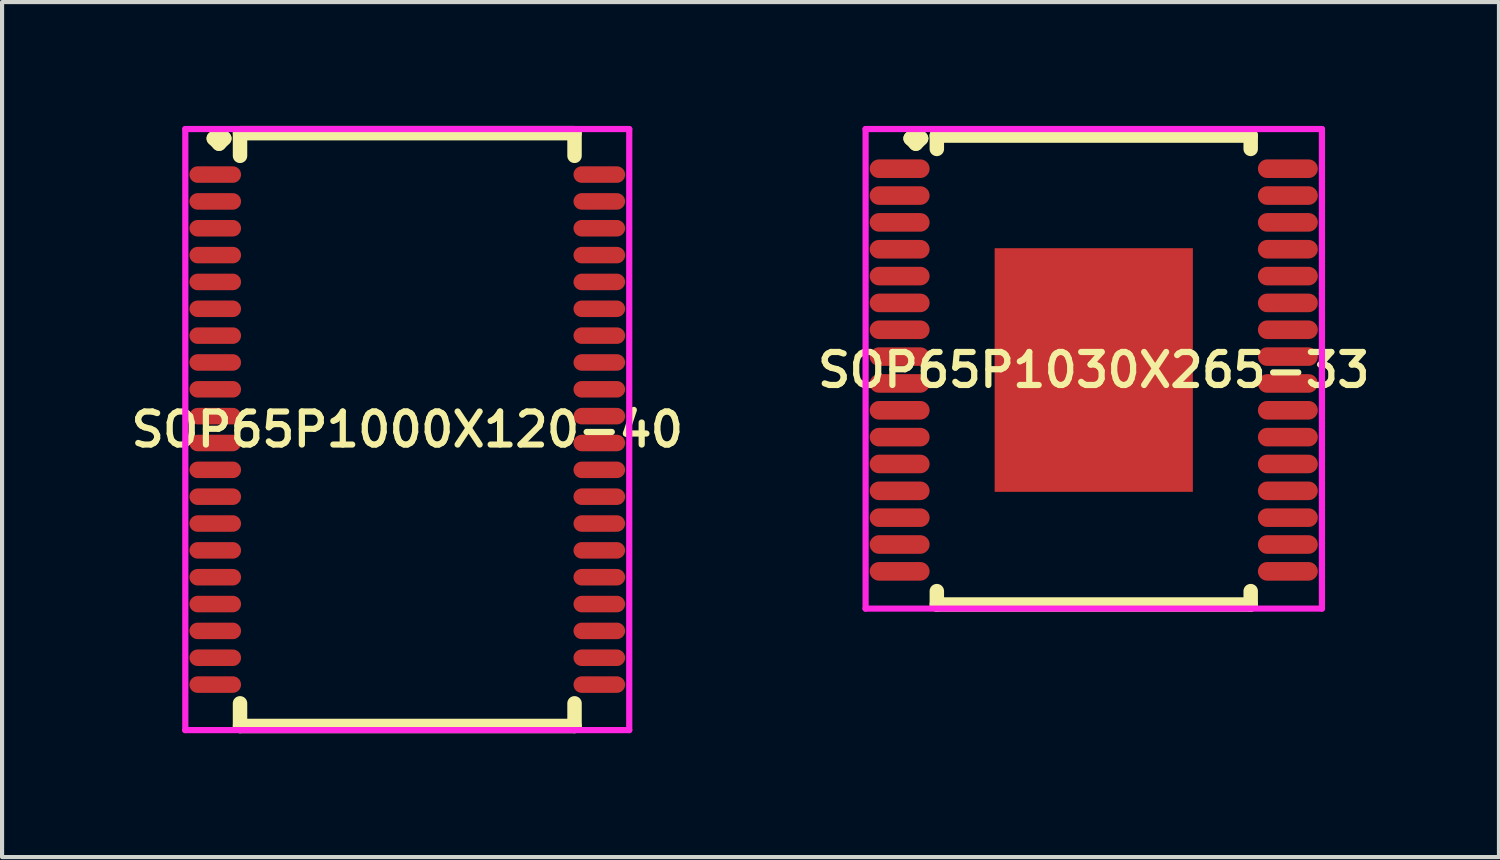
<source format=kicad_pcb>
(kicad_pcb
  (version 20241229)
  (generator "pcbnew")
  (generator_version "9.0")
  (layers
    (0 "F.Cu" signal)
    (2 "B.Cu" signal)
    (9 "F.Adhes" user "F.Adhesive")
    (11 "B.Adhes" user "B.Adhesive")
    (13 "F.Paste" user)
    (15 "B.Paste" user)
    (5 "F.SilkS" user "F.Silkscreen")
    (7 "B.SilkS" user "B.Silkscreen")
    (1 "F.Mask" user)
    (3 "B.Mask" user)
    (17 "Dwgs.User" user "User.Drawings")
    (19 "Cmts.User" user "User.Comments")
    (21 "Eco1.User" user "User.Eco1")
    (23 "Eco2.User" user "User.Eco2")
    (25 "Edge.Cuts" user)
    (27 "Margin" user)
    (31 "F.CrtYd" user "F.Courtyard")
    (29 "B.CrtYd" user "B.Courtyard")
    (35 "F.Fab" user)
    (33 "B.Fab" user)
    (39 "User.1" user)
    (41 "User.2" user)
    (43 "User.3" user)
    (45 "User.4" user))
  (footprint "SOP65P1000X120-40"
    (layer "F.Cu")
    (at 6.812 7.352)
    (property "Reference" "SOP65P1000X120-40" (at 0 0 0) (layer "F.SilkS") (effects (font (size 0.8 0.8) (thickness 0.15))))
    (attr through_hole)
    (fp_line (start -4.685 -7.05) (end -4.558 -7.177) (stroke (width 0.35) (type solid)) (layer "F.SilkS"))
    (fp_line (start -4.558 -7.177) (end -4.431 -7.05) (stroke (width 0.35) (type solid)) (layer "F.SilkS"))
    (fp_line (start -4.558 -6.923) (end -4.685 -7.05) (stroke (width 0.35) (type solid)) (layer "F.SilkS"))
    (fp_line (start -4.431 -7.05) (end -4.558 -6.923) (stroke (width 0.35) (type solid)) (layer "F.SilkS"))
    (fp_line (start -4.05 -7.177) (end 4.05 -7.177) (stroke (width 0.35) (type solid)) (layer "F.SilkS"))
    (fp_line (start -4.05 -6.629) (end -4.05 -7.177) (stroke (width 0.35) (type solid)) (layer "F.SilkS"))
    (fp_line (start -4.05 6.629) (end -4.05 7.177) (stroke (width 0.35) (type solid)) (layer "F.SilkS"))
    (fp_line (start -4.05 7.177) (end 4.05 7.177) (stroke (width 0.35) (type solid)) (layer "F.SilkS"))
    (fp_line (start 4.05 -7.177) (end 4.05 -6.629) (stroke (width 0.35) (type solid)) (layer "F.SilkS"))
    (fp_line (start 4.05 7.177) (end 4.05 6.629) (stroke (width 0.35) (type solid)) (layer "F.SilkS"))
    (fp_line (start -5.375 -7.277) (end 5.375 -7.277) (stroke (width 0.15) (type solid)) (layer "F.CrtYd"))
    (fp_line (start -5.375 7.277) (end -5.375 -7.277) (stroke (width 0.15) (type solid)) (layer "F.CrtYd"))
    (fp_line (start 5.375 -7.277) (end 5.375 7.277) (stroke (width 0.15) (type solid)) (layer "F.CrtYd"))
    (fp_line (start 5.375 7.277) (end -5.375 7.277) (stroke (width 0.15) (type solid)) (layer "F.CrtYd"))
    (pad "1" smd oval (at -4.65 -6.175) (size 1.25 0.4) (layers "F.Cu" "F.Mask" "F.Paste"))
    (pad "2" smd oval (at -4.65 -5.525) (size 1.25 0.4) (layers "F.Cu" "F.Mask" "F.Paste"))
    (pad "3" smd oval (at -4.65 -4.875) (size 1.25 0.4) (layers "F.Cu" "F.Mask" "F.Paste"))
    (pad "4" smd oval (at -4.65 -4.225) (size 1.25 0.4) (layers "F.Cu" "F.Mask" "F.Paste"))
    (pad "5" smd oval (at -4.65 -3.575) (size 1.25 0.4) (layers "F.Cu" "F.Mask" "F.Paste"))
    (pad "6" smd oval (at -4.65 -2.925) (size 1.25 0.4) (layers "F.Cu" "F.Mask" "F.Paste"))
    (pad "7" smd oval (at -4.65 -2.275) (size 1.25 0.4) (layers "F.Cu" "F.Mask" "F.Paste"))
    (pad "8" smd oval (at -4.65 -1.625) (size 1.25 0.4) (layers "F.Cu" "F.Mask" "F.Paste"))
    (pad "9" smd oval (at -4.65 -0.975) (size 1.25 0.4) (layers "F.Cu" "F.Mask" "F.Paste"))
    (pad "10" smd oval (at -4.65 -0.325) (size 1.25 0.4) (layers "F.Cu" "F.Mask" "F.Paste"))
    (pad "11" smd oval (at -4.65 0.325) (size 1.25 0.4) (layers "F.Cu" "F.Mask" "F.Paste"))
    (pad "12" smd oval (at -4.65 0.975) (size 1.25 0.4) (layers "F.Cu" "F.Mask" "F.Paste"))
    (pad "13" smd oval (at -4.65 1.625) (size 1.25 0.4) (layers "F.Cu" "F.Mask" "F.Paste"))
    (pad "14" smd oval (at -4.65 2.275) (size 1.25 0.4) (layers "F.Cu" "F.Mask" "F.Paste"))
    (pad "15" smd oval (at -4.65 2.925) (size 1.25 0.4) (layers "F.Cu" "F.Mask" "F.Paste"))
    (pad "16" smd oval (at -4.65 3.575) (size 1.25 0.4) (layers "F.Cu" "F.Mask" "F.Paste"))
    (pad "17" smd oval (at -4.65 4.225) (size 1.25 0.4) (layers "F.Cu" "F.Mask" "F.Paste"))
    (pad "18" smd oval (at -4.65 4.875) (size 1.25 0.4) (layers "F.Cu" "F.Mask" "F.Paste"))
    (pad "19" smd oval (at -4.65 5.525) (size 1.25 0.4) (layers "F.Cu" "F.Mask" "F.Paste"))
    (pad "20" smd oval (at -4.65 6.175) (size 1.25 0.4) (layers "F.Cu" "F.Mask" "F.Paste"))
    (pad "21" smd oval (at 4.65 6.175) (size 1.25 0.4) (layers "F.Cu" "F.Mask" "F.Paste"))
    (pad "22" smd oval (at 4.65 5.525) (size 1.25 0.4) (layers "F.Cu" "F.Mask" "F.Paste"))
    (pad "23" smd oval (at 4.65 4.875) (size 1.25 0.4) (layers "F.Cu" "F.Mask" "F.Paste"))
    (pad "24" smd oval (at 4.65 4.225) (size 1.25 0.4) (layers "F.Cu" "F.Mask" "F.Paste"))
    (pad "25" smd oval (at 4.65 3.575) (size 1.25 0.4) (layers "F.Cu" "F.Mask" "F.Paste"))
    (pad "26" smd oval (at 4.65 2.925) (size 1.25 0.4) (layers "F.Cu" "F.Mask" "F.Paste"))
    (pad "27" smd oval (at 4.65 2.275) (size 1.25 0.4) (layers "F.Cu" "F.Mask" "F.Paste"))
    (pad "28" smd oval (at 4.65 1.625) (size 1.25 0.4) (layers "F.Cu" "F.Mask" "F.Paste"))
    (pad "29" smd oval (at 4.65 0.975) (size 1.25 0.4) (layers "F.Cu" "F.Mask" "F.Paste"))
    (pad "30" smd oval (at 4.65 0.325) (size 1.25 0.4) (layers "F.Cu" "F.Mask" "F.Paste"))
    (pad "31" smd oval (at 4.65 -0.325) (size 1.25 0.4) (layers "F.Cu" "F.Mask" "F.Paste"))
    (pad "32" smd oval (at 4.65 -0.975) (size 1.25 0.4) (layers "F.Cu" "F.Mask" "F.Paste"))
    (pad "33" smd oval (at 4.65 -1.625) (size 1.25 0.4) (layers "F.Cu" "F.Mask" "F.Paste"))
    (pad "34" smd oval (at 4.65 -2.275) (size 1.25 0.4) (layers "F.Cu" "F.Mask" "F.Paste"))
    (pad "35" smd oval (at 4.65 -2.925) (size 1.25 0.4) (layers "F.Cu" "F.Mask" "F.Paste"))
    (pad "36" smd oval (at 4.65 -3.575) (size 1.25 0.4) (layers "F.Cu" "F.Mask" "F.Paste"))
    (pad "37" smd oval (at 4.65 -4.225) (size 1.25 0.4) (layers "F.Cu" "F.Mask" "F.Paste"))
    (pad "38" smd oval (at 4.65 -4.875) (size 1.25 0.4) (layers "F.Cu" "F.Mask" "F.Paste"))
    (pad "39" smd oval (at 4.65 -5.525) (size 1.25 0.4) (layers "F.Cu" "F.Mask" "F.Paste"))
    (pad "40" smd oval (at 4.65 -6.175) (size 1.25 0.4) (layers "F.Cu" "F.Mask" "F.Paste")))
  (footprint "SOP65P1030X265-33"
    (layer "F.Cu")
    (at 23.435 5.91)
    (property "Reference" "SOP65P1030X265-33" (at 0 0 0) (layer "F.SilkS") (effects (font (size 0.8 0.8) (thickness 0.15))))
    (attr smd)
    (fp_line (start -4.435 -5.608) (end -4.308 -5.735) (stroke (width 0.35) (type solid)) (layer "F.SilkS"))
    (fp_line (start -4.308 -5.735) (end -4.181 -5.608) (stroke (width 0.35) (type solid)) (layer "F.SilkS"))
    (fp_line (start -4.308 -5.481) (end -4.435 -5.608) (stroke (width 0.35) (type solid)) (layer "F.SilkS"))
    (fp_line (start -4.181 -5.608) (end -4.308 -5.481) (stroke (width 0.35) (type solid)) (layer "F.SilkS"))
    (fp_line (start -3.8 -5.677) (end 3.8 -5.677) (stroke (width 0.35) (type solid)) (layer "F.SilkS"))
    (fp_line (start -3.8 -5.354) (end -3.8 -5.677) (stroke (width 0.35) (type solid)) (layer "F.SilkS"))
    (fp_line (start -3.8 5.354) (end -3.8 5.677) (stroke (width 0.35) (type solid)) (layer "F.SilkS"))
    (fp_line (start -3.8 5.677) (end 3.8 5.677) (stroke (width 0.35) (type solid)) (layer "F.SilkS"))
    (fp_line (start 3.8 -5.677) (end 3.8 -5.354) (stroke (width 0.35) (type solid)) (layer "F.SilkS"))
    (fp_line (start 3.8 5.677) (end 3.8 5.354) (stroke (width 0.35) (type solid)) (layer "F.SilkS"))
    (fp_line (start -5.525 -5.835) (end 5.525 -5.835) (stroke (width 0.15) (type solid)) (layer "F.CrtYd"))
    (fp_line (start -5.525 5.777) (end -5.525 -5.835) (stroke (width 0.15) (type solid)) (layer "F.CrtYd"))
    (fp_line (start 5.525 -5.835) (end 5.525 5.777) (stroke (width 0.15) (type solid)) (layer "F.CrtYd"))
    (fp_line (start 5.525 5.777) (end -5.525 5.777) (stroke (width 0.15) (type solid)) (layer "F.CrtYd"))
    (pad "1" smd oval (at -4.7 -4.875) (size 1.45 0.45) (layers "F.Cu" "F.Mask" "F.Paste"))
    (pad "2" smd oval (at -4.7 -4.225) (size 1.45 0.45) (layers "F.Cu" "F.Mask" "F.Paste"))
    (pad "3" smd oval (at -4.7 -3.575) (size 1.45 0.45) (layers "F.Cu" "F.Mask" "F.Paste"))
    (pad "4" smd oval (at -4.7 -2.925) (size 1.45 0.45) (layers "F.Cu" "F.Mask" "F.Paste"))
    (pad "5" smd oval (at -4.7 -2.275) (size 1.45 0.45) (layers "F.Cu" "F.Mask" "F.Paste"))
    (pad "6" smd oval (at -4.7 -1.625) (size 1.45 0.45) (layers "F.Cu" "F.Mask" "F.Paste"))
    (pad "7" smd oval (at -4.7 -0.975) (size 1.45 0.45) (layers "F.Cu" "F.Mask" "F.Paste"))
    (pad "8" smd oval (at -4.7 -0.325) (size 1.45 0.45) (layers "F.Cu" "F.Mask" "F.Paste"))
    (pad "9" smd oval (at -4.7 0.325) (size 1.45 0.45) (layers "F.Cu" "F.Mask" "F.Paste"))
    (pad "10" smd oval (at -4.7 0.975) (size 1.45 0.45) (layers "F.Cu" "F.Mask" "F.Paste"))
    (pad "11" smd oval (at -4.7 1.625) (size 1.45 0.45) (layers "F.Cu" "F.Mask" "F.Paste"))
    (pad "12" smd oval (at -4.7 2.275) (size 1.45 0.45) (layers "F.Cu" "F.Mask" "F.Paste"))
    (pad "13" smd oval (at -4.7 2.925) (size 1.45 0.45) (layers "F.Cu" "F.Mask" "F.Paste"))
    (pad "14" smd oval (at -4.7 3.575) (size 1.45 0.45) (layers "F.Cu" "F.Mask" "F.Paste"))
    (pad "15" smd oval (at -4.7 4.225) (size 1.45 0.45) (layers "F.Cu" "F.Mask" "F.Paste"))
    (pad "16" smd oval (at -4.7 4.875) (size 1.45 0.45) (layers "F.Cu" "F.Mask" "F.Paste"))
    (pad "17" smd oval (at 4.7 4.875) (size 1.45 0.45) (layers "F.Cu" "F.Mask" "F.Paste"))
    (pad "18" smd oval (at 4.7 4.225) (size 1.45 0.45) (layers "F.Cu" "F.Mask" "F.Paste"))
    (pad "19" smd oval (at 4.7 3.575) (size 1.45 0.45) (layers "F.Cu" "F.Mask" "F.Paste"))
    (pad "20" smd oval (at 4.7 2.925) (size 1.45 0.45) (layers "F.Cu" "F.Mask" "F.Paste"))
    (pad "21" smd oval (at 4.7 2.275) (size 1.45 0.45) (layers "F.Cu" "F.Mask" "F.Paste"))
    (pad "22" smd oval (at 4.7 1.625) (size 1.45 0.45) (layers "F.Cu" "F.Mask" "F.Paste"))
    (pad "23" smd oval (at 4.7 0.975) (size 1.45 0.45) (layers "F.Cu" "F.Mask" "F.Paste"))
    (pad "24" smd oval (at 4.7 0.325) (size 1.45 0.45) (layers "F.Cu" "F.Mask" "F.Paste"))
    (pad "25" smd oval (at 4.7 -0.325) (size 1.45 0.45) (layers "F.Cu" "F.Mask" "F.Paste"))
    (pad "26" smd oval (at 4.7 -0.975) (size 1.45 0.45) (layers "F.Cu" "F.Mask" "F.Paste"))
    (pad "27" smd oval (at 4.7 -1.625) (size 1.45 0.45) (layers "F.Cu" "F.Mask" "F.Paste"))
    (pad "28" smd oval (at 4.7 -2.275) (size 1.45 0.45) (layers "F.Cu" "F.Mask" "F.Paste"))
    (pad "29" smd oval (at 4.7 -2.925) (size 1.45 0.45) (layers "F.Cu" "F.Mask" "F.Paste"))
    (pad "30" smd oval (at 4.7 -3.575) (size 1.45 0.45) (layers "F.Cu" "F.Mask" "F.Paste"))
    (pad "31" smd oval (at 4.7 -4.225) (size 1.45 0.45) (layers "F.Cu" "F.Mask" "F.Paste"))
    (pad "32" smd oval (at 4.7 -4.875) (size 1.45 0.45) (layers "F.Cu" "F.Mask" "F.Paste"))
    (pad "33" smd rect (at 0 0) (size 4.8 5.9) (layers "F.Cu" "F.Mask" "F.Paste")))
  (gr_rect
    (start -3 -3)
    (end 33.247 17.704)
    (stroke (width 0.1) (type default))
    (fill no)
    (layer "Edge.Cuts")))
</source>
